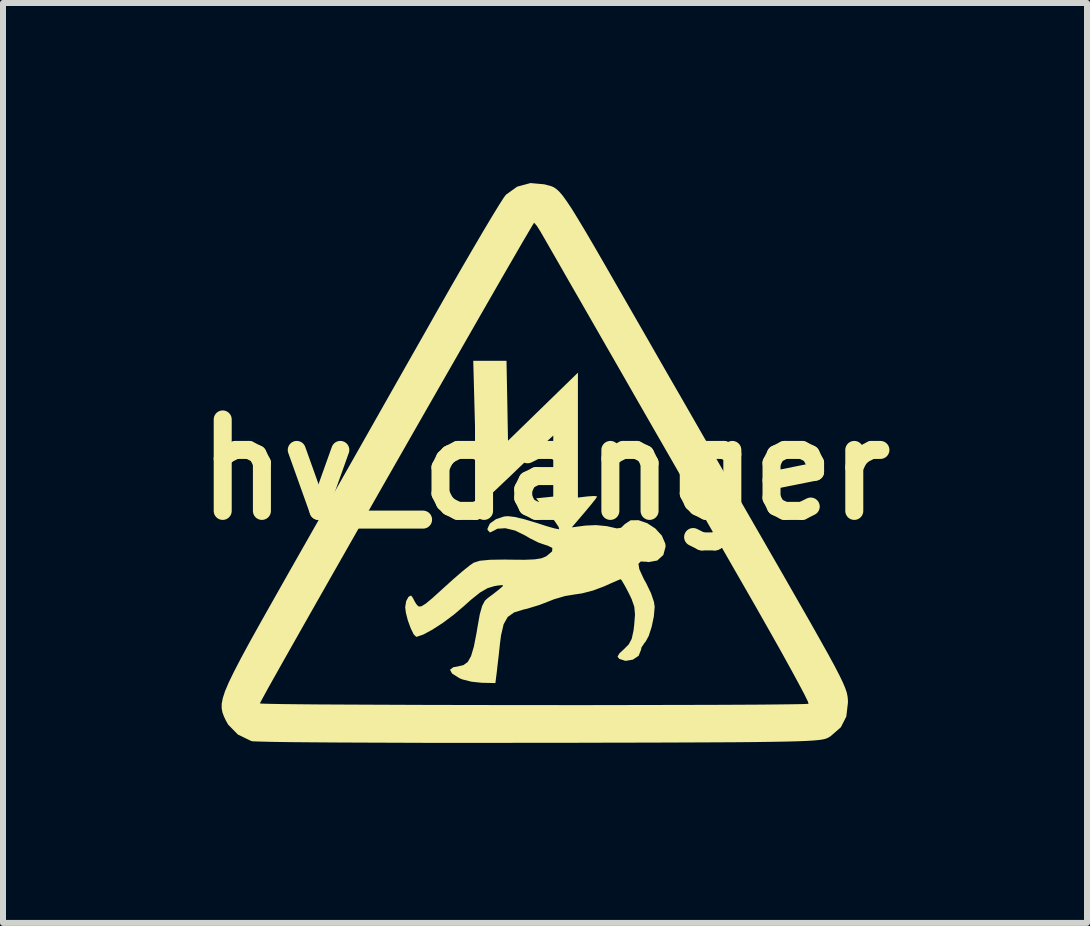
<source format=kicad_pcb>
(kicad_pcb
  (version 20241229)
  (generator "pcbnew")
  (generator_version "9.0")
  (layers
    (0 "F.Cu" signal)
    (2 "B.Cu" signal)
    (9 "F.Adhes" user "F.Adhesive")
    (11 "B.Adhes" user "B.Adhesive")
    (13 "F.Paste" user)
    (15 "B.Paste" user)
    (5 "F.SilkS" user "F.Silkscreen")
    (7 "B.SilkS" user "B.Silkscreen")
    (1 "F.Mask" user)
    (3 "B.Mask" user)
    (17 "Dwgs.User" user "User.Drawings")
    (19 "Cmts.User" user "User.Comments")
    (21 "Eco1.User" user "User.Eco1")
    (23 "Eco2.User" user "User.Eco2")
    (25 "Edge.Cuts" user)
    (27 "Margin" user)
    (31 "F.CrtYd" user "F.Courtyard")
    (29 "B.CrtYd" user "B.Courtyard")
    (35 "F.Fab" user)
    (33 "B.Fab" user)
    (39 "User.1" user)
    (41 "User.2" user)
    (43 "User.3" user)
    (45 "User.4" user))
  (footprint "hv_danger"
    (layer "F.Cu")
    (at 6.031 4.773)
    (property "Reference" "hv_danger" (at 0 0 0) (layer "F.SilkS") (effects (font (size 1.524 1.524) (thickness 0.3))))
    (attr board_only exclude_from_pos_files exclude_from_bom)
    (fp_poly (pts (xy -0.012 -4.752) (xy -0.011 -4.752) (xy 0.045 -4.737) (xy 0.095 -4.724) (xy 0.14 -4.706) (xy 0.185 -4.677) (xy 0.235 -4.632) (xy 0.292 -4.566) (xy 0.361 -4.471) (xy 0.446 -4.343) (xy 0.55 -4.174) (xy 0.678 -3.961) (xy 0.833 -3.696) (xy 1.019 -3.374) (xy 1.24 -2.989) (xy 1.501 -2.535) (xy 1.724 -2.147) (xy 1.871 -1.89) (xy 2.057 -1.566) (xy 2.275 -1.188) (xy 2.517 -0.766) (xy 2.777 -0.313) (xy 3.048 0.158) (xy 3.322 0.635) (xy 3.594 1.107) (xy 3.706 1.302) (xy 3.987 1.79) (xy 4.225 2.206) (xy 4.425 2.556) (xy 4.589 2.847) (xy 4.722 3.085) (xy 4.826 3.276) (xy 4.905 3.429) (xy 4.963 3.549) (xy 5.002 3.642) (xy 5.027 3.716) (xy 5.04 3.777) (xy 5.046 3.831) (xy 5.047 3.883) (xy 5.02 4.115) (xy 4.929 4.294) (xy 4.762 4.44) (xy 4.728 4.462) (xy 4.703 4.475) (xy 4.67 4.487) (xy 4.623 4.498) (xy 4.559 4.507) (xy 4.471 4.515) (xy 4.353 4.522) (xy 4.202 4.528) (xy 4.01 4.533) (xy 3.774 4.537) (xy 3.487 4.541) (xy 3.144 4.544) (xy 2.74 4.546) (xy 2.27 4.548) (xy 1.728 4.55) (xy 1.108 4.551) (xy 0.406 4.553) (xy -0.091 4.553) (xy -0.74 4.554) (xy -1.364 4.554) (xy -1.958 4.554) (xy -2.515 4.552) (xy -3.028 4.55) (xy -3.493 4.548) (xy -3.901 4.545) (xy -4.248 4.542) (xy -4.527 4.538) (xy -4.732 4.533) (xy -4.856 4.529) (xy -4.892 4.525) (xy -5.117 4.416) (xy -5.278 4.252) (xy -5.318 4.182) (xy -5.351 4.112) (xy -5.375 4.046) (xy -5.388 3.978) (xy -5.387 3.901) (xy -5.386 3.897) (xy -4.751 3.897) (xy -4.707 3.901) (xy -4.578 3.904) (xy -4.373 3.908) (xy -4.1 3.911) (xy -3.764 3.914) (xy -3.375 3.916) (xy -2.939 3.918) (xy -2.464 3.92) (xy -1.957 3.922) (xy -1.426 3.923) (xy -0.878 3.924) (xy -0.32 3.924) (xy 0.239 3.925) (xy 0.792 3.925) (xy 1.333 3.924) (xy 1.853 3.923) (xy 2.345 3.922) (xy 2.801 3.921) (xy 3.215 3.919) (xy 3.579 3.917) (xy 3.884 3.914) (xy 4.125 3.911) (xy 4.293 3.908) (xy 4.38 3.904) (xy 4.391 3.902) (xy 4.377 3.86) (xy 4.321 3.746) (xy 4.228 3.57) (xy 4.103 3.34) (xy 3.951 3.064) (xy 3.775 2.751) (xy 3.581 2.409) (xy 3.477 2.226) (xy 3.257 1.843) (xy 3.001 1.397) (xy 2.718 0.905) (xy 2.419 0.383) (xy 2.112 -0.153) (xy 1.806 -0.685) (xy 1.512 -1.197) (xy 1.269 -1.622) (xy 1.031 -2.036) (xy 0.805 -2.43) (xy 0.595 -2.796) (xy 0.405 -3.126) (xy 0.241 -3.413) (xy 0.106 -3.648) (xy 0.005 -3.824) (xy -0.058 -3.933) (xy -0.075 -3.963) (xy -0.135 -4.058) (xy -0.178 -4.108) (xy -0.183 -4.11) (xy -0.208 -4.071) (xy -0.274 -3.959) (xy -0.379 -3.781) (xy -0.517 -3.542) (xy -0.686 -3.25) (xy -0.881 -2.911) (xy -1.099 -2.531) (xy -1.336 -2.117) (xy -1.589 -1.675) (xy -1.854 -1.212) (xy -2.127 -0.735) (xy -2.405 -0.248) (xy -2.684 0.24) (xy -2.959 0.723) (xy -3.228 1.196) (xy -3.487 1.651) (xy -3.732 2.082) (xy -3.959 2.482) (xy -4.165 2.846) (xy -4.346 3.166) (xy -4.498 3.436) (xy -4.618 3.65) (xy -4.701 3.802) (xy -4.745 3.884) (xy -4.751 3.897) (xy -5.386 3.897) (xy -5.369 3.809) (xy -5.332 3.694) (xy -5.271 3.55) (xy -5.184 3.371) (xy -5.069 3.149) (xy -4.922 2.877) (xy -4.74 2.55) (xy -4.52 2.16) (xy -4.26 1.7) (xy -4.116 1.447) (xy -3.835 0.952) (xy -3.532 0.418) (xy -3.216 -0.139) (xy -2.897 -0.702) (xy -2.585 -1.253) (xy -2.289 -1.775) (xy -2.019 -2.25) (xy -1.806 -2.627) (xy -1.591 -3.005) (xy -1.385 -3.363) (xy -1.194 -3.691) (xy -1.024 -3.981) (xy -0.879 -4.223) (xy -0.764 -4.411) (xy -0.685 -4.534) (xy -0.65 -4.58) (xy -0.464 -4.713) (xy -0.242 -4.773)) (stroke (width 0) (type solid)) (fill yes) (layer "F.SilkS"))
    (fp_poly (pts (xy -0.629 -1.146) (xy -0.617 -0.48) (xy 0.548 -1.614) (xy 0.548 0.467) (xy 0.708 0.448) (xy 0.813 0.441) (xy 0.866 0.447) (xy 0.868 0.45) (xy 0.841 0.492) (xy 0.768 0.584) (xy 0.666 0.706) (xy 0.657 0.717) (xy 0.446 0.964) (xy 0.671 0.934) (xy 0.85 0.926) (xy 1.027 0.943) (xy 1.076 0.954) (xy 1.197 0.981) (xy 1.267 0.97) (xy 1.323 0.916) (xy 1.328 0.91) (xy 1.426 0.846) (xy 1.557 0.844) (xy 1.702 0.894) (xy 1.838 0.983) (xy 1.946 1.101) (xy 2.004 1.235) (xy 2.009 1.283) (xy 1.971 1.424) (xy 1.87 1.516) (xy 1.727 1.542) (xy 1.692 1.537) (xy 1.596 1.532) (xy 1.556 1.571) (xy 1.572 1.663) (xy 1.642 1.816) (xy 1.69 1.903) (xy 1.765 2.059) (xy 1.815 2.206) (xy 1.827 2.286) (xy 1.813 2.448) (xy 1.777 2.62) (xy 1.728 2.772) (xy 1.674 2.871) (xy 1.662 2.882) (xy 1.607 2.964) (xy 1.599 3.004) (xy 1.56 3.103) (xy 1.463 3.168) (xy 1.341 3.188) (xy 1.237 3.155) (xy 1.208 3.117) (xy 1.24 3.062) (xy 1.313 2.995) (xy 1.395 2.913) (xy 1.444 2.821) (xy 1.474 2.686) (xy 1.486 2.587) (xy 1.499 2.413) (xy 1.487 2.285) (xy 1.443 2.159) (xy 1.397 2.063) (xy 1.33 1.936) (xy 1.28 1.851) (xy 1.261 1.827) (xy 1.214 1.845) (xy 1.108 1.891) (xy 0.984 1.947) (xy 0.803 2.015) (xy 0.615 2.064) (xy 0.51 2.079) (xy 0.332 2.108) (xy 0.143 2.164) (xy 0.087 2.187) (xy -0.092 2.256) (xy -0.291 2.317) (xy -0.359 2.333) (xy -0.515 2.381) (xy -0.622 2.457) (xy -0.69 2.578) (xy -0.733 2.764) (xy -0.751 2.901) (xy -0.771 3.09) (xy -0.793 3.276) (xy -0.803 3.367) (xy -0.827 3.558) (xy -1.057 3.553) (xy -1.226 3.535) (xy -1.381 3.496) (xy -1.429 3.475) (xy -1.549 3.399) (xy -1.583 3.337) (xy -1.531 3.295) (xy -1.454 3.281) (xy -1.36 3.259) (xy -1.288 3.207) (xy -1.233 3.109) (xy -1.186 2.952) (xy -1.141 2.722) (xy -1.125 2.624) (xy -1.087 2.412) (xy -1.048 2.273) (xy -1.003 2.187) (xy -0.962 2.148) (xy -0.849 2.063) (xy -0.764 1.996) (xy -0.703 1.943) (xy -0.705 1.925) (xy -0.781 1.932) (xy -0.842 1.942) (xy -0.956 1.976) (xy -1.081 2.048) (xy -1.235 2.171) (xy -1.345 2.27) (xy -1.515 2.415) (xy -1.698 2.552) (xy -1.877 2.668) (xy -2.029 2.75) (xy -2.136 2.786) (xy -2.147 2.787) (xy -2.188 2.747) (xy -2.237 2.647) (xy -2.285 2.517) (xy -2.319 2.385) (xy -2.33 2.294) (xy -2.314 2.194) (xy -2.276 2.122) (xy -2.233 2.099) (xy -2.205 2.133) (xy -2.167 2.207) (xy -2.134 2.256) (xy -2.103 2.283) (xy -2.06 2.279) (xy -1.991 2.237) (xy -1.884 2.149) (xy -1.727 2.007) (xy -1.69 1.973) (xy -1.524 1.823) (xy -1.372 1.692) (xy -1.251 1.595) (xy -1.188 1.552) (xy -1.086 1.52) (xy -0.918 1.504) (xy -0.674 1.5) (xy -0.579 1.502) (xy -0.34 1.504) (xy -0.173 1.497) (xy -0.06 1.479) (xy 0.017 1.447) (xy 0.026 1.441) (xy 0.118 1.364) (xy 0.122 1.306) (xy 0.036 1.265) (xy 0.005 1.257) (xy -0.112 1.216) (xy -0.259 1.142) (xy -0.331 1.099) (xy -0.498 1.017) (xy -0.661 0.978) (xy -0.793 0.986) (xy -0.85 1.017) (xy -0.918 1.049) (xy -0.957 1.007) (xy -0.959 0.985) (xy -0.919 0.9) (xy -0.816 0.827) (xy -0.681 0.782) (xy -0.615 0.777) (xy -0.502 0.791) (xy -0.338 0.83) (xy -0.155 0.885) (xy -0.135 0.891) (xy 0.028 0.944) (xy 0.158 0.981) (xy 0.23 0.995) (xy 0.236 0.994) (xy 0.226 0.956) (xy 0.167 0.868) (xy 0.073 0.747) (xy 0.06 0.731) (xy -0.149 0.48) (xy 0.137 0.451) (xy 0.137 -0.566) (xy -0.034 -0.409) (xy -0.133 -0.317) (xy -0.278 -0.179) (xy -0.452 -0.013) (xy -0.634 0.162) (xy -0.652 0.178) (xy -0.816 0.334) (xy -0.955 0.461) (xy -1.057 0.55) (xy -1.11 0.589) (xy -1.114 0.589) (xy -1.12 0.541) (xy -1.127 0.413) (xy -1.136 0.218) (xy -1.145 -0.031) (xy -1.155 -0.323) (xy -1.164 -0.621) (xy -1.196 -1.812) (xy -0.642 -1.812)) (stroke (width 0) (type solid)) (fill yes) (layer "F.SilkS")))
  (gr_rect
    (start -3 -3)
    (end 15.061 12.327)
    (stroke (width 0.1) (type default))
    (fill no)
    (layer "Edge.Cuts")))
</source>
